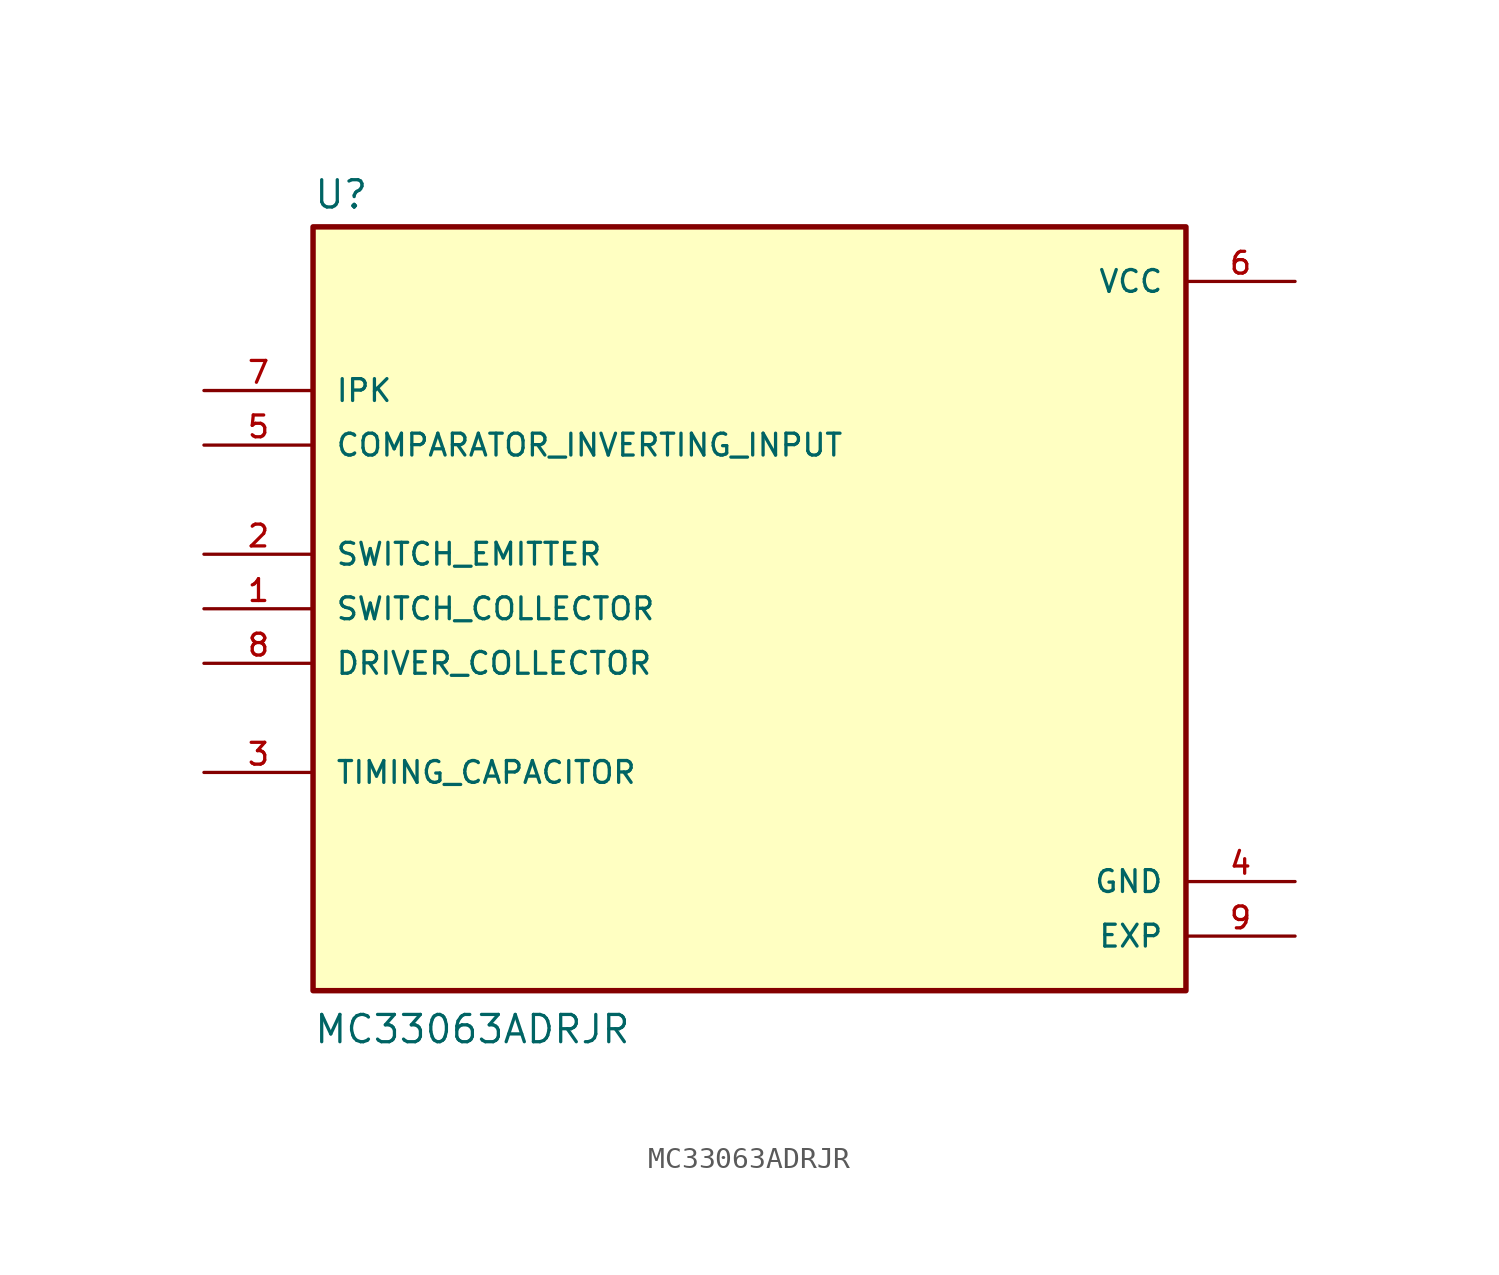
<source format=kicad_sym>
(kicad_symbol_lib
  (version 20211014)
  (generator kicad_symbol_editor)
  (symbol "MC33063ADRJR"
    (pin_names
      (offset 1.016))
    (property "Reference" "U"
      (at -20.32 18.542 0)
      (effects (font (size 1.27 1.27)) (justify bottom left)))
    (property "Value" "MC33063ADRJR"
      (at -20.32 -20.32 0)
      (effects (font (size 1.27 1.27)) (justify bottom left)))
    (symbol "MC33063ADRJR_0_0"
      (rectangle (start -20.32 -17.78) (end 20.32 17.78) (stroke (width 0.254)) (fill (type background)))
      (pin bidirectional line (at -25.4 0.0 0) (length 5.08) (name "SWITCH_COLLECTOR" (effects (font (size 1.016 1.016)))) (number "1" (effects (font (size 1.016 1.016)))))
      (pin bidirectional line (at -25.4 2.54 0) (length 5.08) (name "SWITCH_EMITTER" (effects (font (size 1.016 1.016)))) (number "2" (effects (font (size 1.016 1.016)))))
      (pin passive line (at -25.4 -7.62 0) (length 5.08) (name "TIMING_CAPACITOR" (effects (font (size 1.016 1.016)))) (number "3" (effects (font (size 1.016 1.016)))))
      (pin power_in line (at 25.4 -12.7 180.0) (length 5.08) (name "GND" (effects (font (size 1.016 1.016)))) (number "4" (effects (font (size 1.016 1.016)))))
      (pin power_in line (at 25.4 15.24 180.0) (length 5.08) (name "VCC" (effects (font (size 1.016 1.016)))) (number "6" (effects (font (size 1.016 1.016)))))
      (pin input line (at -25.4 7.62 0) (length 5.08) (name "COMPARATOR_INVERTING_INPUT" (effects (font (size 1.016 1.016)))) (number "5" (effects (font (size 1.016 1.016)))))
      (pin input line (at -25.4 10.16 0) (length 5.08) (name "IPK" (effects (font (size 1.016 1.016)))) (number "7" (effects (font (size 1.016 1.016)))))
      (pin bidirectional line (at -25.4 -2.54 0) (length 5.08) (name "DRIVER_COLLECTOR" (effects (font (size 1.016 1.016)))) (number "8" (effects (font (size 1.016 1.016)))))
      (pin power_in line (at 25.4 -15.24 180.0) (length 5.08) (name "EXP" (effects (font (size 1.016 1.016)))) (number "9" (effects (font (size 1.016 1.016))))))))
</source>
